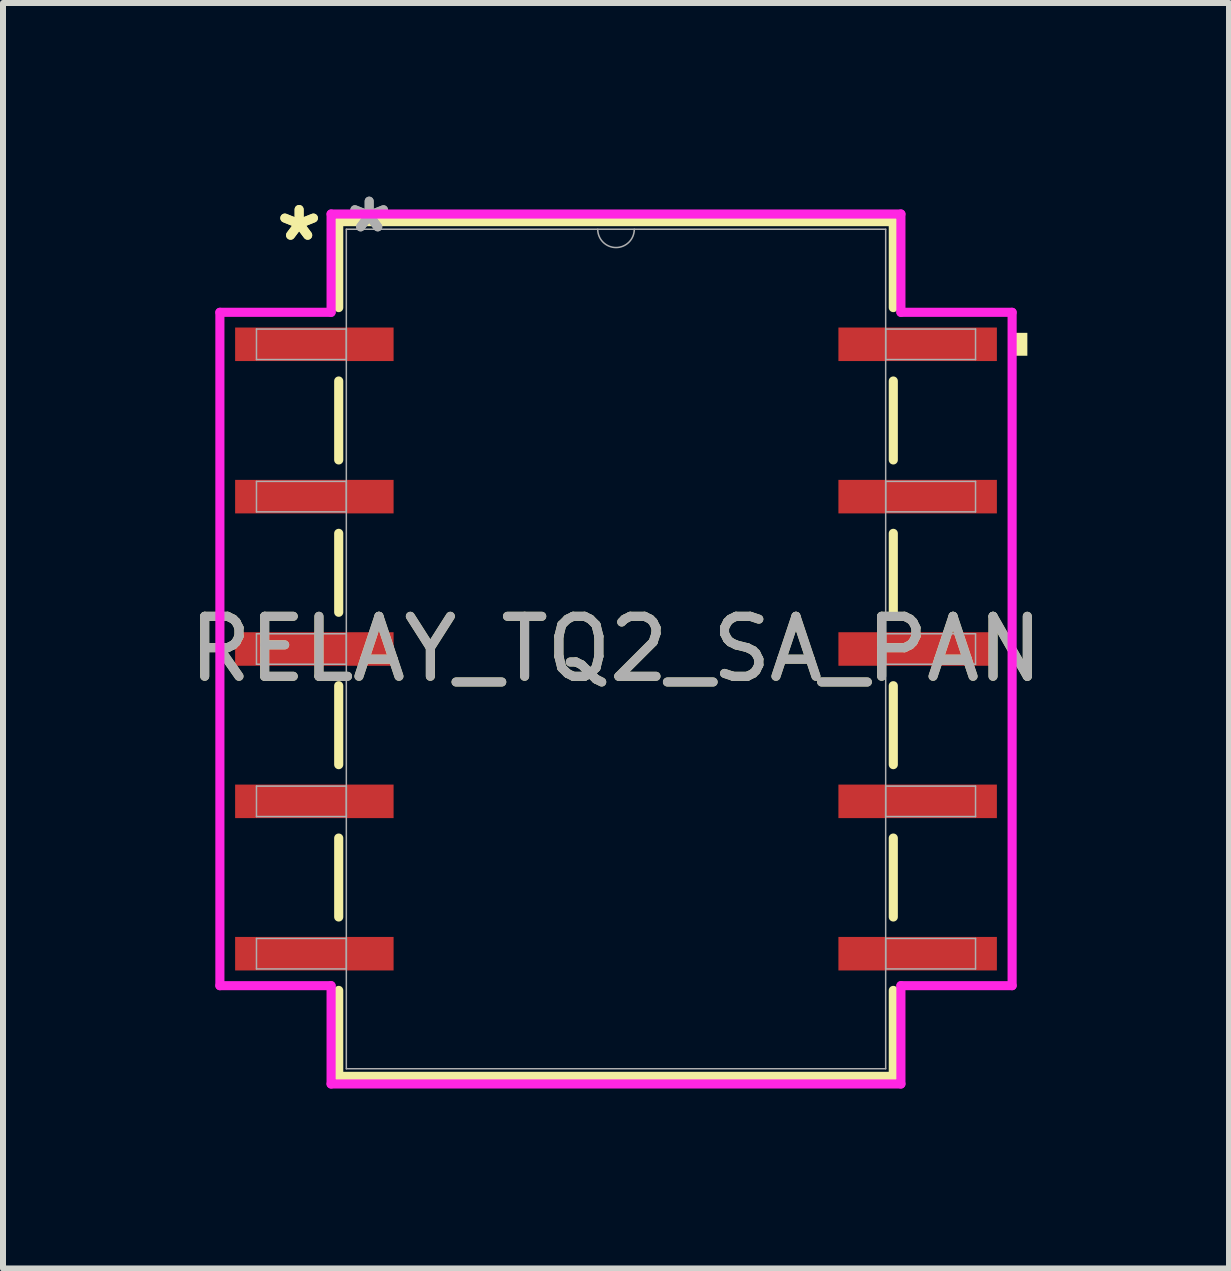
<source format=kicad_pcb>
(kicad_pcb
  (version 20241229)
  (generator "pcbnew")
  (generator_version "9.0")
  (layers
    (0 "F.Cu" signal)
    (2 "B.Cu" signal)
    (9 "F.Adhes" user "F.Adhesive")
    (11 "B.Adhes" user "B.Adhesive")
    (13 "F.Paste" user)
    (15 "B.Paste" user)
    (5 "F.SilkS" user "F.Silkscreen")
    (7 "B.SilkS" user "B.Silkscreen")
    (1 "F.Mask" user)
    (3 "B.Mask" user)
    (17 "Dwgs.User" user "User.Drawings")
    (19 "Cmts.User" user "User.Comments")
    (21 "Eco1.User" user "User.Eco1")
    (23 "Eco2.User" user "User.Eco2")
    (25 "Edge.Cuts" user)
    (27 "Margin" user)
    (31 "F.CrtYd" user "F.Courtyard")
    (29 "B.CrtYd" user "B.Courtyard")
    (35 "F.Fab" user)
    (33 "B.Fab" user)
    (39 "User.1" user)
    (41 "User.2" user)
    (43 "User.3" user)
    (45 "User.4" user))
  (footprint "RELAY_TQ2_SA_PAN"
    (layer "F.Cu")
    (at 7.22 7.77)
    (property "Reference" "RELAY_TQ2_SA_PAN" (at 0 0 0) (unlocked yes) (layer "F.SilkS") (effects (font (size 1 1) (thickness 0.15))))
    (attr smd)
    (fp_line (start -4.623 -7.125) (end -4.623 -5.692) (stroke (width 0.152) (type solid)) (layer "F.SilkS"))
    (fp_line (start -4.623 -4.468) (end -4.623 -3.152) (stroke (width 0.152) (type solid)) (layer "F.SilkS"))
    (fp_line (start -4.623 -1.928) (end -4.623 -0.612) (stroke (width 0.152) (type solid)) (layer "F.SilkS"))
    (fp_line (start -4.623 0.612) (end -4.623 1.928) (stroke (width 0.152) (type solid)) (layer "F.SilkS"))
    (fp_line (start -4.623 3.152) (end -4.623 4.468) (stroke (width 0.152) (type solid)) (layer "F.SilkS"))
    (fp_line (start -4.623 5.692) (end -4.623 7.125) (stroke (width 0.152) (type solid)) (layer "F.SilkS"))
    (fp_line (start -4.623 7.125) (end 4.623 7.125) (stroke (width 0.152) (type solid)) (layer "F.SilkS"))
    (fp_line (start 4.623 -7.125) (end -4.623 -7.125) (stroke (width 0.152) (type solid)) (layer "F.SilkS"))
    (fp_line (start 4.623 -5.692) (end 4.623 -7.125) (stroke (width 0.152) (type solid)) (layer "F.SilkS"))
    (fp_line (start 4.623 -3.152) (end 4.623 -4.468) (stroke (width 0.152) (type solid)) (layer "F.SilkS"))
    (fp_line (start 4.623 -0.612) (end 4.623 -1.928) (stroke (width 0.152) (type solid)) (layer "F.SilkS"))
    (fp_line (start 4.623 1.928) (end 4.623 0.612) (stroke (width 0.152) (type solid)) (layer "F.SilkS"))
    (fp_line (start 4.623 4.468) (end 4.623 3.152) (stroke (width 0.152) (type solid)) (layer "F.SilkS"))
    (fp_line (start 4.623 7.125) (end 4.623 5.692) (stroke (width 0.152) (type solid)) (layer "F.SilkS"))
    (fp_poly (pts (xy 6.858 -5.271) (xy 6.858 -4.889) (xy 6.604 -4.889) (xy 6.604 -5.271)) (stroke (width 0) (type solid)) (fill yes) (layer "F.SilkS"))
    (fp_line (start -6.604 -5.613) (end -4.75 -5.613) (stroke (width 0.152) (type solid)) (layer "F.CrtYd"))
    (fp_line (start -6.604 5.613) (end -6.604 -5.613) (stroke (width 0.152) (type solid)) (layer "F.CrtYd"))
    (fp_line (start -6.604 5.613) (end -4.75 5.613) (stroke (width 0.152) (type solid)) (layer "F.CrtYd"))
    (fp_line (start -4.75 -7.252) (end 4.75 -7.252) (stroke (width 0.152) (type solid)) (layer "F.CrtYd"))
    (fp_line (start -4.75 -5.613) (end -4.75 -7.252) (stroke (width 0.152) (type solid)) (layer "F.CrtYd"))
    (fp_line (start -4.75 7.252) (end -4.75 5.613) (stroke (width 0.152) (type solid)) (layer "F.CrtYd"))
    (fp_line (start 4.75 -7.252) (end 4.75 -5.613) (stroke (width 0.152) (type solid)) (layer "F.CrtYd"))
    (fp_line (start 4.75 5.613) (end 4.75 7.252) (stroke (width 0.152) (type solid)) (layer "F.CrtYd"))
    (fp_line (start 4.75 7.252) (end -4.75 7.252) (stroke (width 0.152) (type solid)) (layer "F.CrtYd"))
    (fp_line (start 6.604 -5.613) (end 4.75 -5.613) (stroke (width 0.152) (type solid)) (layer "F.CrtYd"))
    (fp_line (start 6.604 -5.613) (end 6.604 5.613) (stroke (width 0.152) (type solid)) (layer "F.CrtYd"))
    (fp_line (start 6.604 5.613) (end 4.75 5.613) (stroke (width 0.152) (type solid)) (layer "F.CrtYd"))
    (fp_line (start -5.994 -5.334) (end -5.994 -4.826) (stroke (width 0.025) (type solid)) (layer "F.Fab"))
    (fp_line (start -5.994 -4.826) (end -4.496 -4.826) (stroke (width 0.025) (type solid)) (layer "F.Fab"))
    (fp_line (start -5.994 -2.794) (end -5.994 -2.286) (stroke (width 0.025) (type solid)) (layer "F.Fab"))
    (fp_line (start -5.994 -2.286) (end -4.496 -2.286) (stroke (width 0.025) (type solid)) (layer "F.Fab"))
    (fp_line (start -5.994 -0.254) (end -5.994 0.254) (stroke (width 0.025) (type solid)) (layer "F.Fab"))
    (fp_line (start -5.994 0.254) (end -4.496 0.254) (stroke (width 0.025) (type solid)) (layer "F.Fab"))
    (fp_line (start -5.994 2.286) (end -5.994 2.794) (stroke (width 0.025) (type solid)) (layer "F.Fab"))
    (fp_line (start -5.994 2.794) (end -4.496 2.794) (stroke (width 0.025) (type solid)) (layer "F.Fab"))
    (fp_line (start -5.994 4.826) (end -5.994 5.334) (stroke (width 0.025) (type solid)) (layer "F.Fab"))
    (fp_line (start -5.994 5.334) (end -4.496 5.334) (stroke (width 0.025) (type solid)) (layer "F.Fab"))
    (fp_line (start -4.496 -6.998) (end -4.496 6.998) (stroke (width 0.025) (type solid)) (layer "F.Fab"))
    (fp_line (start -4.496 -5.334) (end -5.994 -5.334) (stroke (width 0.025) (type solid)) (layer "F.Fab"))
    (fp_line (start -4.496 -4.826) (end -4.496 -5.334) (stroke (width 0.025) (type solid)) (layer "F.Fab"))
    (fp_line (start -4.496 -2.794) (end -5.994 -2.794) (stroke (width 0.025) (type solid)) (layer "F.Fab"))
    (fp_line (start -4.496 -2.286) (end -4.496 -2.794) (stroke (width 0.025) (type solid)) (layer "F.Fab"))
    (fp_line (start -4.496 -0.254) (end -5.994 -0.254) (stroke (width 0.025) (type solid)) (layer "F.Fab"))
    (fp_line (start -4.496 0.254) (end -4.496 -0.254) (stroke (width 0.025) (type solid)) (layer "F.Fab"))
    (fp_line (start -4.496 2.286) (end -5.994 2.286) (stroke (width 0.025) (type solid)) (layer "F.Fab"))
    (fp_line (start -4.496 2.794) (end -4.496 2.286) (stroke (width 0.025) (type solid)) (layer "F.Fab"))
    (fp_line (start -4.496 4.826) (end -5.994 4.826) (stroke (width 0.025) (type solid)) (layer "F.Fab"))
    (fp_line (start -4.496 5.334) (end -4.496 4.826) (stroke (width 0.025) (type solid)) (layer "F.Fab"))
    (fp_line (start -4.496 6.998) (end 4.496 6.998) (stroke (width 0.025) (type solid)) (layer "F.Fab"))
    (fp_line (start 4.496 -6.998) (end -4.496 -6.998) (stroke (width 0.025) (type solid)) (layer "F.Fab"))
    (fp_line (start 4.496 -5.334) (end 4.496 -4.826) (stroke (width 0.025) (type solid)) (layer "F.Fab"))
    (fp_line (start 4.496 -4.826) (end 5.994 -4.826) (stroke (width 0.025) (type solid)) (layer "F.Fab"))
    (fp_line (start 4.496 -2.794) (end 4.496 -2.286) (stroke (width 0.025) (type solid)) (layer "F.Fab"))
    (fp_line (start 4.496 -2.286) (end 5.994 -2.286) (stroke (width 0.025) (type solid)) (layer "F.Fab"))
    (fp_line (start 4.496 -0.254) (end 4.496 0.254) (stroke (width 0.025) (type solid)) (layer "F.Fab"))
    (fp_line (start 4.496 0.254) (end 5.994 0.254) (stroke (width 0.025) (type solid)) (layer "F.Fab"))
    (fp_line (start 4.496 2.286) (end 4.496 2.794) (stroke (width 0.025) (type solid)) (layer "F.Fab"))
    (fp_line (start 4.496 2.794) (end 5.994 2.794) (stroke (width 0.025) (type solid)) (layer "F.Fab"))
    (fp_line (start 4.496 4.826) (end 4.496 5.334) (stroke (width 0.025) (type solid)) (layer "F.Fab"))
    (fp_line (start 4.496 5.334) (end 5.994 5.334) (stroke (width 0.025) (type solid)) (layer "F.Fab"))
    (fp_line (start 4.496 6.998) (end 4.496 -6.998) (stroke (width 0.025) (type solid)) (layer "F.Fab"))
    (fp_line (start 5.994 -5.334) (end 4.496 -5.334) (stroke (width 0.025) (type solid)) (layer "F.Fab"))
    (fp_line (start 5.994 -4.826) (end 5.994 -5.334) (stroke (width 0.025) (type solid)) (layer "F.Fab"))
    (fp_line (start 5.994 -2.794) (end 4.496 -2.794) (stroke (width 0.025) (type solid)) (layer "F.Fab"))
    (fp_line (start 5.994 -2.286) (end 5.994 -2.794) (stroke (width 0.025) (type solid)) (layer "F.Fab"))
    (fp_line (start 5.994 -0.254) (end 4.496 -0.254) (stroke (width 0.025) (type solid)) (layer "F.Fab"))
    (fp_line (start 5.994 0.254) (end 5.994 -0.254) (stroke (width 0.025) (type solid)) (layer "F.Fab"))
    (fp_line (start 5.994 2.286) (end 4.496 2.286) (stroke (width 0.025) (type solid)) (layer "F.Fab"))
    (fp_line (start 5.994 2.794) (end 5.994 2.286) (stroke (width 0.025) (type solid)) (layer "F.Fab"))
    (fp_line (start 5.994 4.826) (end 4.496 4.826) (stroke (width 0.025) (type solid)) (layer "F.Fab"))
    (fp_line (start 5.994 5.334) (end 5.994 4.826) (stroke (width 0.025) (type solid)) (layer "F.Fab"))
    (fp_arc (start 0.3048 -6.9977) (mid 0 -6.6929) (end -0.3048 -6.9977) (stroke (width 0.0254) (type solid)) (layer "F.Fab"))
    (fp_text user "*" (at -5.283 -6.782 0) (unlocked yes) (layer "F.SilkS") (effects (font (size 1 1) (thickness 0.15))))
    (fp_text user "*" (at -5.283 -6.782 0) (layer "F.SilkS") (effects (font (size 1 1) (thickness 0.15))))
    (fp_text user "*" (at -4.115 -6.921 0) (layer "F.Fab") (effects (font (size 1 1) (thickness 0.15))))
    (fp_text user "${REFERENCE}" (at 0 0 0) (unlocked yes) (layer "F.Fab") (effects (font (size 1 1) (thickness 0.15))))
    (fp_text user "*" (at -4.115 -6.921 0) (unlocked yes) (layer "F.Fab") (effects (font (size 1 1) (thickness 0.15))))
    (pad "1" smd rect (at -5.029 -5.08) (size 2.642 0.559) (layers "F.Cu" "F.Mask" "F.Paste"))
    (pad "2" smd rect (at -5.029 -2.54) (size 2.642 0.559) (layers "F.Cu" "F.Mask" "F.Paste"))
    (pad "3" smd rect (at -5.029 0) (size 2.642 0.559) (layers "F.Cu" "F.Mask" "F.Paste"))
    (pad "4" smd rect (at -5.029 2.54) (size 2.642 0.559) (layers "F.Cu" "F.Mask" "F.Paste"))
    (pad "5" smd rect (at -5.029 5.08) (size 2.642 0.559) (layers "F.Cu" "F.Mask" "F.Paste"))
    (pad "6" smd rect (at 5.029 5.08) (size 2.642 0.559) (layers "F.Cu" "F.Mask" "F.Paste"))
    (pad "7" smd rect (at 5.029 2.54) (size 2.642 0.559) (layers "F.Cu" "F.Mask" "F.Paste"))
    (pad "8" smd rect (at 5.029 0) (size 2.642 0.559) (layers "F.Cu" "F.Mask" "F.Paste"))
    (pad "9" smd rect (at 5.029 -2.54) (size 2.642 0.559) (layers "F.Cu" "F.Mask" "F.Paste"))
    (pad "10" smd rect (at 5.029 -5.08) (size 2.642 0.559) (layers "F.Cu" "F.Mask" "F.Paste")))
  (gr_rect
    (start -3 -3)
    (end 17.44 18.098)
    (stroke (width 0.1) (type default))
    (fill no)
    (layer "Edge.Cuts")))
</source>
